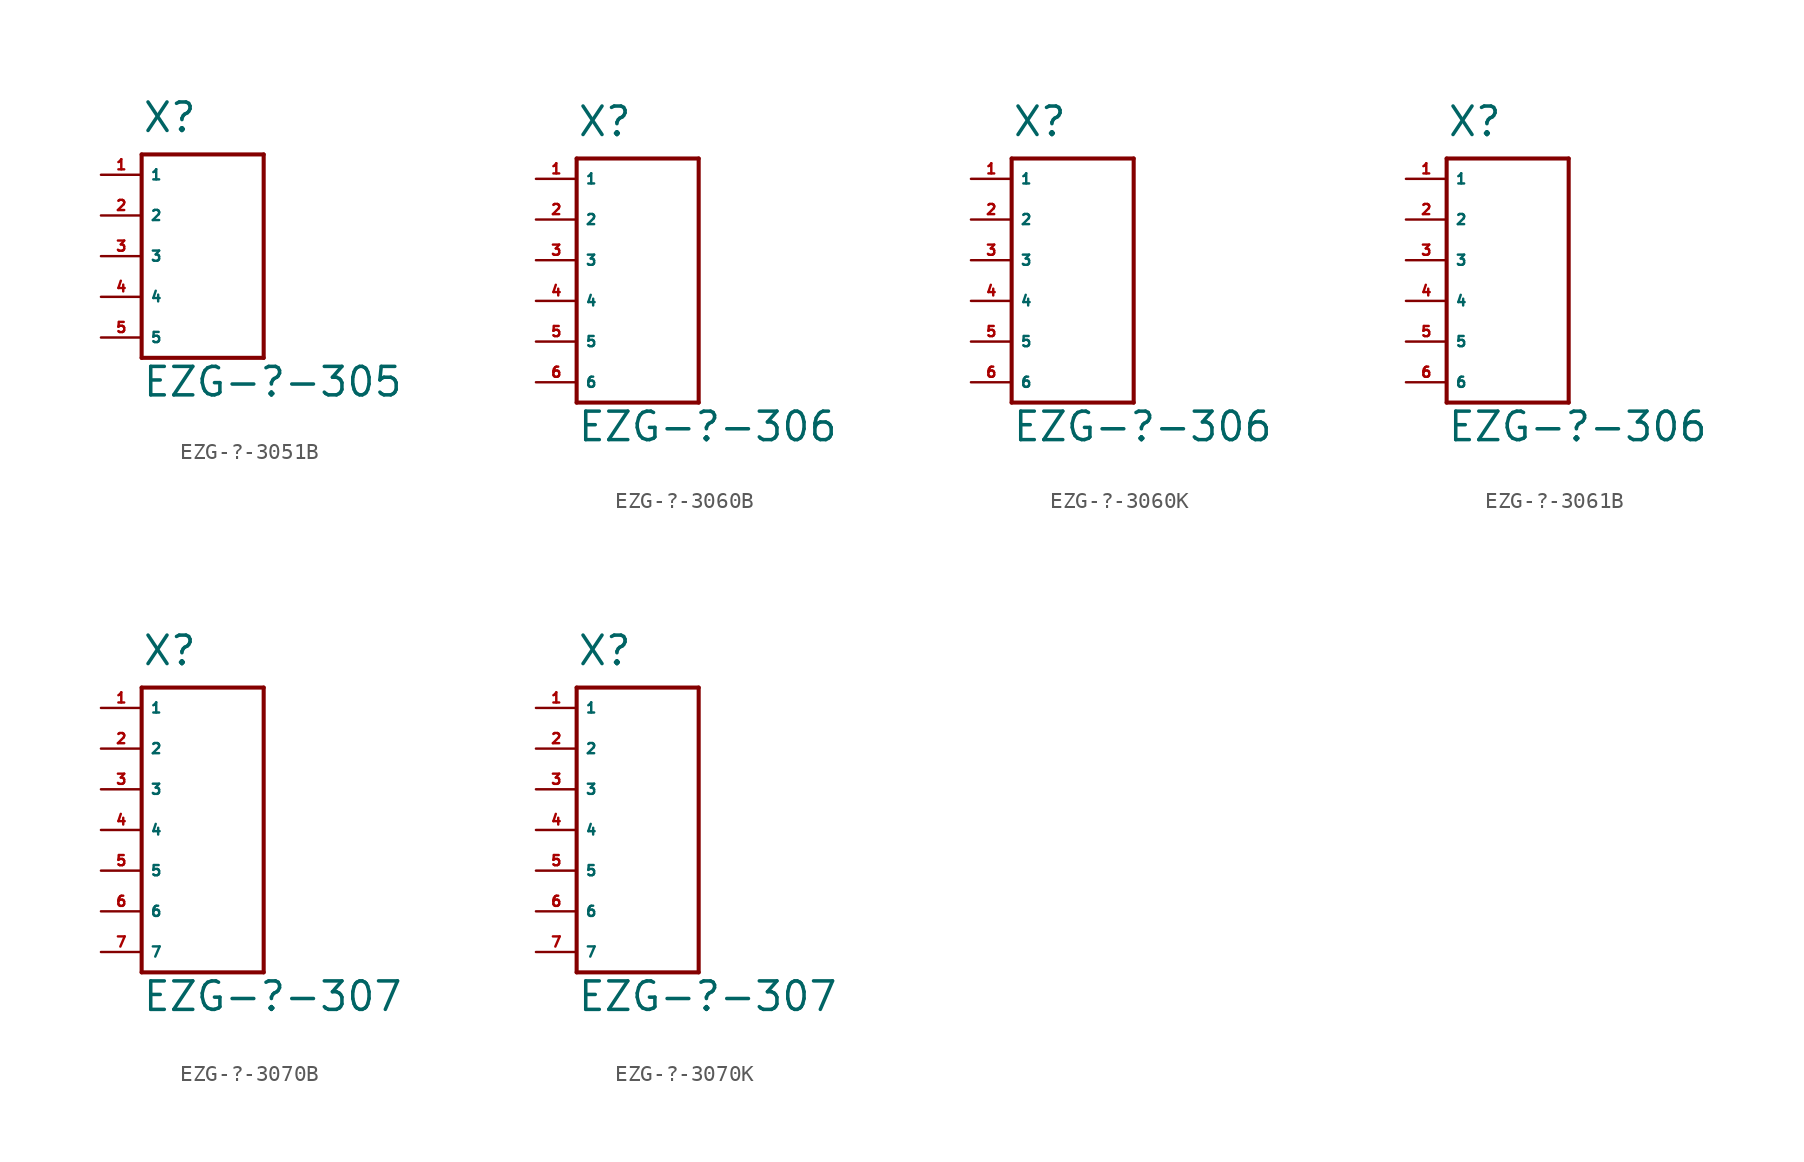
<source format=kicad_sym>
(kicad_symbol_lib
  (version 20220914)
  (generator Eagle2Kicad)
  (symbol "EZG-?-3051B"
    (property "Reference" "X"
      (at -2.54 2.54 0)
      (effects (font (size 1.778 1.778) (thickness 0.22)) (justify left bottom)))
    (property "Value" "EZG-?-305"
      (at -2.54 -13.97 0)
      (effects (font (size 1.778 1.778) (thickness 0.22)) (justify left bottom)))
    (polyline
      (pts (xy -2.54 1.27) (xy -2.54 -11.43))
      (stroke (width 0.254) (type default))
      (fill (type none)))
    (polyline
      (pts (xy -2.54 -11.43) (xy 5.08 -11.43))
      (stroke (width 0.254) (type default))
      (fill (type none)))
    (polyline
      (pts (xy 5.08 -11.43) (xy 5.08 1.27))
      (stroke (width 0.254) (type default))
      (fill (type none)))
    (polyline
      (pts (xy 5.08 1.27) (xy -2.54 1.27))
      (stroke (width 0.254) (type default))
      (fill (type none)))
    (pin passive line
      (at -5.08 0 0)
      (length 2.54)
      (name "1" (effects (font (size 0.635 0.635) (thickness 0.08)) (justify left bottom)))
      (number "1" (effects (font (size 0.635 0.635) (thickness 0.08)) (justify left bottom))))
    (pin passive line
      (at -5.08 -2.54 0)
      (length 2.54)
      (name "2" (effects (font (size 0.635 0.635) (thickness 0.08)) (justify left bottom)))
      (number "2" (effects (font (size 0.635 0.635) (thickness 0.08)) (justify left bottom))))
    (pin passive line
      (at -5.08 -5.08 0)
      (length 2.54)
      (name "3" (effects (font (size 0.635 0.635) (thickness 0.08)) (justify left bottom)))
      (number "3" (effects (font (size 0.635 0.635) (thickness 0.08)) (justify left bottom))))
    (pin passive line
      (at -5.08 -7.62 0)
      (length 2.54)
      (name "4" (effects (font (size 0.635 0.635) (thickness 0.08)) (justify left bottom)))
      (number "4" (effects (font (size 0.635 0.635) (thickness 0.08)) (justify left bottom))))
    (pin passive line
      (at -5.08 -10.16 0)
      (length 2.54)
      (name "5" (effects (font (size 0.635 0.635) (thickness 0.08)) (justify left bottom)))
      (number "5" (effects (font (size 0.635 0.635) (thickness 0.08)) (justify left bottom)))))
  (symbol "EZG-?-3060B"
    (property "Reference" "X"
      (at -2.54 2.54 0)
      (effects (font (size 1.778 1.778) (thickness 0.22)) (justify left bottom)))
    (property "Value" "EZG-?-306"
      (at -2.54 -16.51 0)
      (effects (font (size 1.778 1.778) (thickness 0.22)) (justify left bottom)))
    (polyline
      (pts (xy -2.54 1.27) (xy -2.54 -13.97))
      (stroke (width 0.254) (type default))
      (fill (type none)))
    (polyline
      (pts (xy -2.54 -13.97) (xy 5.08 -13.97))
      (stroke (width 0.254) (type default))
      (fill (type none)))
    (polyline
      (pts (xy 5.08 -13.97) (xy 5.08 1.27))
      (stroke (width 0.254) (type default))
      (fill (type none)))
    (polyline
      (pts (xy 5.08 1.27) (xy -2.54 1.27))
      (stroke (width 0.254) (type default))
      (fill (type none)))
    (pin passive line
      (at -5.08 0 0)
      (length 2.54)
      (name "1" (effects (font (size 0.635 0.635) (thickness 0.08)) (justify left bottom)))
      (number "1" (effects (font (size 0.635 0.635) (thickness 0.08)) (justify left bottom))))
    (pin passive line
      (at -5.08 -2.54 0)
      (length 2.54)
      (name "2" (effects (font (size 0.635 0.635) (thickness 0.08)) (justify left bottom)))
      (number "2" (effects (font (size 0.635 0.635) (thickness 0.08)) (justify left bottom))))
    (pin passive line
      (at -5.08 -5.08 0)
      (length 2.54)
      (name "3" (effects (font (size 0.635 0.635) (thickness 0.08)) (justify left bottom)))
      (number "3" (effects (font (size 0.635 0.635) (thickness 0.08)) (justify left bottom))))
    (pin passive line
      (at -5.08 -7.62 0)
      (length 2.54)
      (name "4" (effects (font (size 0.635 0.635) (thickness 0.08)) (justify left bottom)))
      (number "4" (effects (font (size 0.635 0.635) (thickness 0.08)) (justify left bottom))))
    (pin passive line
      (at -5.08 -10.16 0)
      (length 2.54)
      (name "5" (effects (font (size 0.635 0.635) (thickness 0.08)) (justify left bottom)))
      (number "5" (effects (font (size 0.635 0.635) (thickness 0.08)) (justify left bottom))))
    (pin passive line
      (at -5.08 -12.7 0)
      (length 2.54)
      (name "6" (effects (font (size 0.635 0.635) (thickness 0.08)) (justify left bottom)))
      (number "6" (effects (font (size 0.635 0.635) (thickness 0.08)) (justify left bottom)))))
  (symbol "EZG-?-3060K"
    (property "Reference" "X"
      (at -2.54 2.54 0)
      (effects (font (size 1.778 1.778) (thickness 0.22)) (justify left bottom)))
    (property "Value" "EZG-?-306"
      (at -2.54 -16.51 0)
      (effects (font (size 1.778 1.778) (thickness 0.22)) (justify left bottom)))
    (polyline
      (pts (xy -2.54 1.27) (xy -2.54 -13.97))
      (stroke (width 0.254) (type default))
      (fill (type none)))
    (polyline
      (pts (xy -2.54 -13.97) (xy 5.08 -13.97))
      (stroke (width 0.254) (type default))
      (fill (type none)))
    (polyline
      (pts (xy 5.08 -13.97) (xy 5.08 1.27))
      (stroke (width 0.254) (type default))
      (fill (type none)))
    (polyline
      (pts (xy 5.08 1.27) (xy -2.54 1.27))
      (stroke (width 0.254) (type default))
      (fill (type none)))
    (pin passive line
      (at -5.08 0 0)
      (length 2.54)
      (name "1" (effects (font (size 0.635 0.635) (thickness 0.08)) (justify left bottom)))
      (number "1" (effects (font (size 0.635 0.635) (thickness 0.08)) (justify left bottom))))
    (pin passive line
      (at -5.08 -2.54 0)
      (length 2.54)
      (name "2" (effects (font (size 0.635 0.635) (thickness 0.08)) (justify left bottom)))
      (number "2" (effects (font (size 0.635 0.635) (thickness 0.08)) (justify left bottom))))
    (pin passive line
      (at -5.08 -5.08 0)
      (length 2.54)
      (name "3" (effects (font (size 0.635 0.635) (thickness 0.08)) (justify left bottom)))
      (number "3" (effects (font (size 0.635 0.635) (thickness 0.08)) (justify left bottom))))
    (pin passive line
      (at -5.08 -7.62 0)
      (length 2.54)
      (name "4" (effects (font (size 0.635 0.635) (thickness 0.08)) (justify left bottom)))
      (number "4" (effects (font (size 0.635 0.635) (thickness 0.08)) (justify left bottom))))
    (pin passive line
      (at -5.08 -10.16 0)
      (length 2.54)
      (name "5" (effects (font (size 0.635 0.635) (thickness 0.08)) (justify left bottom)))
      (number "5" (effects (font (size 0.635 0.635) (thickness 0.08)) (justify left bottom))))
    (pin passive line
      (at -5.08 -12.7 0)
      (length 2.54)
      (name "6" (effects (font (size 0.635 0.635) (thickness 0.08)) (justify left bottom)))
      (number "6" (effects (font (size 0.635 0.635) (thickness 0.08)) (justify left bottom)))))
  (symbol "EZG-?-3061B"
    (property "Reference" "X"
      (at -2.54 2.54 0)
      (effects (font (size 1.778 1.778) (thickness 0.22)) (justify left bottom)))
    (property "Value" "EZG-?-306"
      (at -2.54 -16.51 0)
      (effects (font (size 1.778 1.778) (thickness 0.22)) (justify left bottom)))
    (polyline
      (pts (xy -2.54 1.27) (xy -2.54 -13.97))
      (stroke (width 0.254) (type default))
      (fill (type none)))
    (polyline
      (pts (xy -2.54 -13.97) (xy 5.08 -13.97))
      (stroke (width 0.254) (type default))
      (fill (type none)))
    (polyline
      (pts (xy 5.08 -13.97) (xy 5.08 1.27))
      (stroke (width 0.254) (type default))
      (fill (type none)))
    (polyline
      (pts (xy 5.08 1.27) (xy -2.54 1.27))
      (stroke (width 0.254) (type default))
      (fill (type none)))
    (pin passive line
      (at -5.08 0 0)
      (length 2.54)
      (name "1" (effects (font (size 0.635 0.635) (thickness 0.08)) (justify left bottom)))
      (number "1" (effects (font (size 0.635 0.635) (thickness 0.08)) (justify left bottom))))
    (pin passive line
      (at -5.08 -2.54 0)
      (length 2.54)
      (name "2" (effects (font (size 0.635 0.635) (thickness 0.08)) (justify left bottom)))
      (number "2" (effects (font (size 0.635 0.635) (thickness 0.08)) (justify left bottom))))
    (pin passive line
      (at -5.08 -5.08 0)
      (length 2.54)
      (name "3" (effects (font (size 0.635 0.635) (thickness 0.08)) (justify left bottom)))
      (number "3" (effects (font (size 0.635 0.635) (thickness 0.08)) (justify left bottom))))
    (pin passive line
      (at -5.08 -7.62 0)
      (length 2.54)
      (name "4" (effects (font (size 0.635 0.635) (thickness 0.08)) (justify left bottom)))
      (number "4" (effects (font (size 0.635 0.635) (thickness 0.08)) (justify left bottom))))
    (pin passive line
      (at -5.08 -10.16 0)
      (length 2.54)
      (name "5" (effects (font (size 0.635 0.635) (thickness 0.08)) (justify left bottom)))
      (number "5" (effects (font (size 0.635 0.635) (thickness 0.08)) (justify left bottom))))
    (pin passive line
      (at -5.08 -12.7 0)
      (length 2.54)
      (name "6" (effects (font (size 0.635 0.635) (thickness 0.08)) (justify left bottom)))
      (number "6" (effects (font (size 0.635 0.635) (thickness 0.08)) (justify left bottom)))))
  (symbol "EZG-?-3070B"
    (property "Reference" "X"
      (at -2.54 2.54 0)
      (effects (font (size 1.778 1.778) (thickness 0.22)) (justify left bottom)))
    (property "Value" "EZG-?-307"
      (at -2.54 -19.05 0)
      (effects (font (size 1.778 1.778) (thickness 0.22)) (justify left bottom)))
    (polyline
      (pts (xy -2.54 1.27) (xy -2.54 -16.51))
      (stroke (width 0.254) (type default))
      (fill (type none)))
    (polyline
      (pts (xy -2.54 -16.51) (xy 5.08 -16.51))
      (stroke (width 0.254) (type default))
      (fill (type none)))
    (polyline
      (pts (xy 5.08 -16.51) (xy 5.08 1.27))
      (stroke (width 0.254) (type default))
      (fill (type none)))
    (polyline
      (pts (xy 5.08 1.27) (xy -2.54 1.27))
      (stroke (width 0.254) (type default))
      (fill (type none)))
    (pin passive line
      (at -5.08 0 0)
      (length 2.54)
      (name "1" (effects (font (size 0.635 0.635) (thickness 0.08)) (justify left bottom)))
      (number "1" (effects (font (size 0.635 0.635) (thickness 0.08)) (justify left bottom))))
    (pin passive line
      (at -5.08 -2.54 0)
      (length 2.54)
      (name "2" (effects (font (size 0.635 0.635) (thickness 0.08)) (justify left bottom)))
      (number "2" (effects (font (size 0.635 0.635) (thickness 0.08)) (justify left bottom))))
    (pin passive line
      (at -5.08 -5.08 0)
      (length 2.54)
      (name "3" (effects (font (size 0.635 0.635) (thickness 0.08)) (justify left bottom)))
      (number "3" (effects (font (size 0.635 0.635) (thickness 0.08)) (justify left bottom))))
    (pin passive line
      (at -5.08 -7.62 0)
      (length 2.54)
      (name "4" (effects (font (size 0.635 0.635) (thickness 0.08)) (justify left bottom)))
      (number "4" (effects (font (size 0.635 0.635) (thickness 0.08)) (justify left bottom))))
    (pin passive line
      (at -5.08 -10.16 0)
      (length 2.54)
      (name "5" (effects (font (size 0.635 0.635) (thickness 0.08)) (justify left bottom)))
      (number "5" (effects (font (size 0.635 0.635) (thickness 0.08)) (justify left bottom))))
    (pin passive line
      (at -5.08 -12.7 0)
      (length 2.54)
      (name "6" (effects (font (size 0.635 0.635) (thickness 0.08)) (justify left bottom)))
      (number "6" (effects (font (size 0.635 0.635) (thickness 0.08)) (justify left bottom))))
    (pin passive line
      (at -5.08 -15.24 0)
      (length 2.54)
      (name "7" (effects (font (size 0.635 0.635) (thickness 0.08)) (justify left bottom)))
      (number "7" (effects (font (size 0.635 0.635) (thickness 0.08)) (justify left bottom)))))
  (symbol "EZG-?-3070K"
    (property "Reference" "X"
      (at -2.54 2.54 0)
      (effects (font (size 1.778 1.778) (thickness 0.22)) (justify left bottom)))
    (property "Value" "EZG-?-307"
      (at -2.54 -19.05 0)
      (effects (font (size 1.778 1.778) (thickness 0.22)) (justify left bottom)))
    (polyline
      (pts (xy -2.54 1.27) (xy -2.54 -16.51))
      (stroke (width 0.254) (type default))
      (fill (type none)))
    (polyline
      (pts (xy -2.54 -16.51) (xy 5.08 -16.51))
      (stroke (width 0.254) (type default))
      (fill (type none)))
    (polyline
      (pts (xy 5.08 -16.51) (xy 5.08 1.27))
      (stroke (width 0.254) (type default))
      (fill (type none)))
    (polyline
      (pts (xy 5.08 1.27) (xy -2.54 1.27))
      (stroke (width 0.254) (type default))
      (fill (type none)))
    (pin passive line
      (at -5.08 0 0)
      (length 2.54)
      (name "1" (effects (font (size 0.635 0.635) (thickness 0.08)) (justify left bottom)))
      (number "1" (effects (font (size 0.635 0.635) (thickness 0.08)) (justify left bottom))))
    (pin passive line
      (at -5.08 -2.54 0)
      (length 2.54)
      (name "2" (effects (font (size 0.635 0.635) (thickness 0.08)) (justify left bottom)))
      (number "2" (effects (font (size 0.635 0.635) (thickness 0.08)) (justify left bottom))))
    (pin passive line
      (at -5.08 -5.08 0)
      (length 2.54)
      (name "3" (effects (font (size 0.635 0.635) (thickness 0.08)) (justify left bottom)))
      (number "3" (effects (font (size 0.635 0.635) (thickness 0.08)) (justify left bottom))))
    (pin passive line
      (at -5.08 -7.62 0)
      (length 2.54)
      (name "4" (effects (font (size 0.635 0.635) (thickness 0.08)) (justify left bottom)))
      (number "4" (effects (font (size 0.635 0.635) (thickness 0.08)) (justify left bottom))))
    (pin passive line
      (at -5.08 -10.16 0)
      (length 2.54)
      (name "5" (effects (font (size 0.635 0.635) (thickness 0.08)) (justify left bottom)))
      (number "5" (effects (font (size 0.635 0.635) (thickness 0.08)) (justify left bottom))))
    (pin passive line
      (at -5.08 -12.7 0)
      (length 2.54)
      (name "6" (effects (font (size 0.635 0.635) (thickness 0.08)) (justify left bottom)))
      (number "6" (effects (font (size 0.635 0.635) (thickness 0.08)) (justify left bottom))))
    (pin passive line
      (at -5.08 -15.24 0)
      (length 2.54)
      (name "7" (effects (font (size 0.635 0.635) (thickness 0.08)) (justify left bottom)))
      (number "7" (effects (font (size 0.635 0.635) (thickness 0.08)) (justify left bottom))))))
</source>
